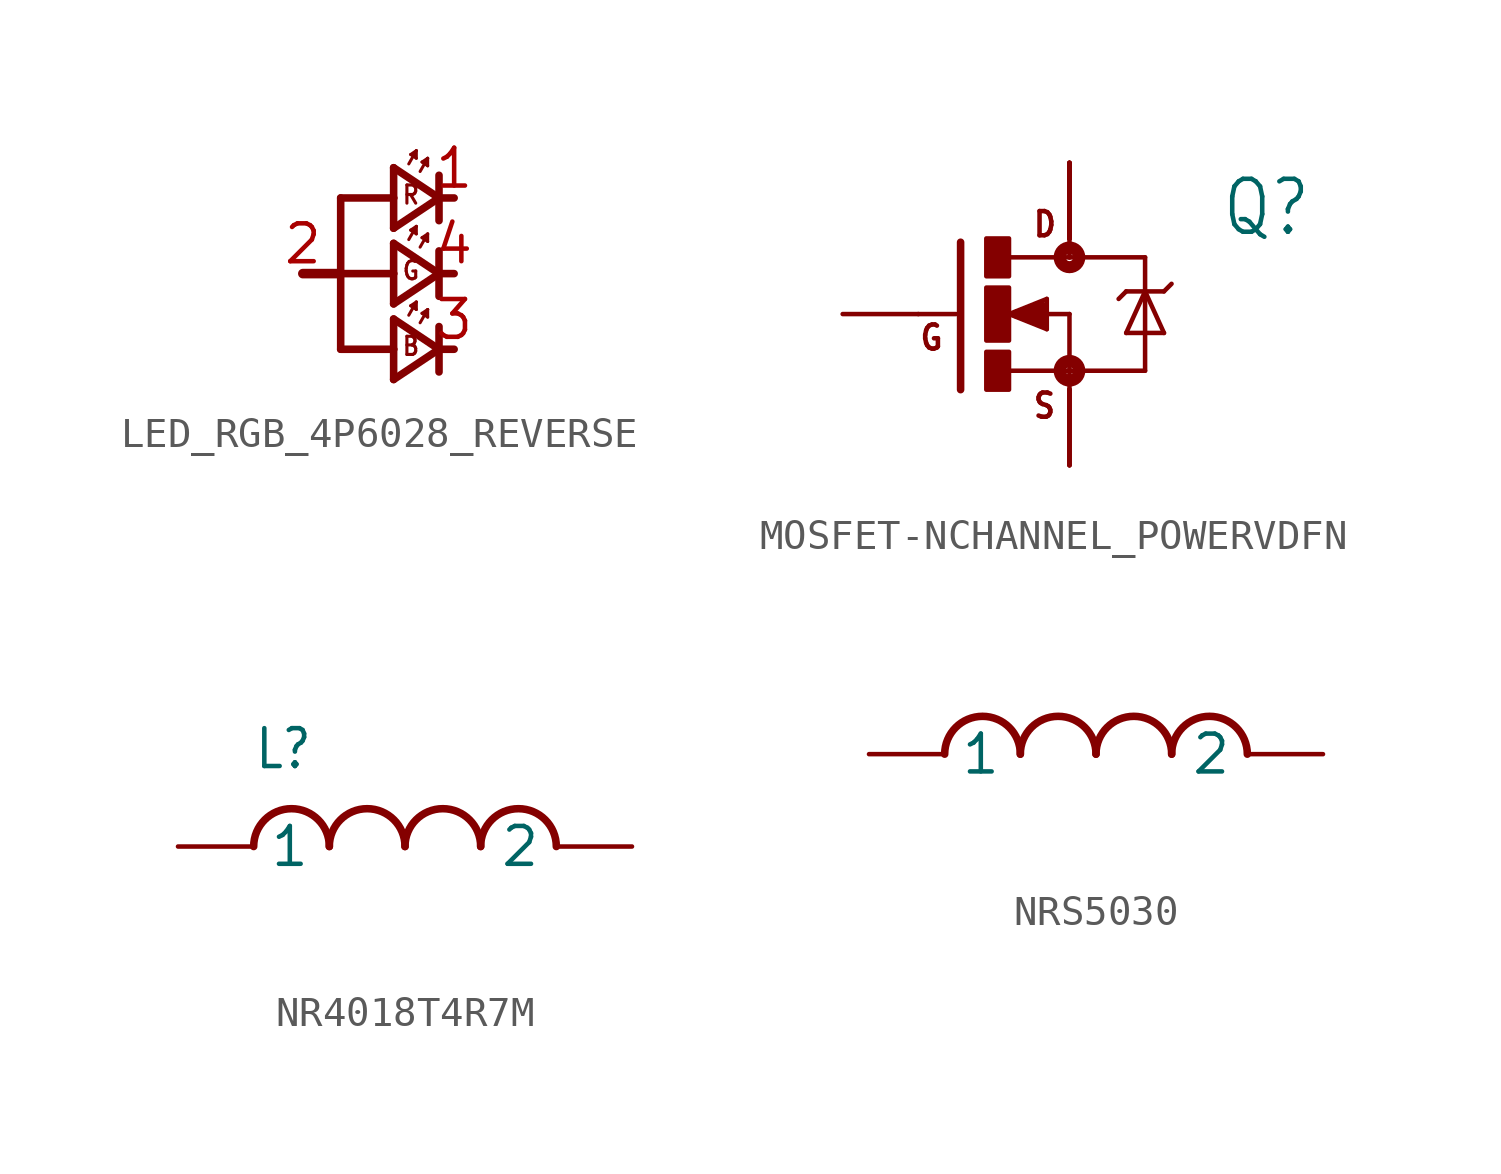
<source format=kicad_sym>
(kicad_symbol_lib
  (version 20220914)
  (generator kicad_symbol_editor)
  (symbol "LED_RGB_4P6028_REVERSE"
    (property "Reference" "RGB"
      (at 0 0 0)
      (effects (font (size 1.27 1.27)) hide))
    (property "ki_locked" ""
      (at 0 0 0)
      (effects (font (size 1.27 1.27))))
    (symbol "LED_RGB_4P6028_REVERSE_1_0"
      (polyline (pts (xy -3.81 -2.54) (xy -3.81 0)) (stroke (width 0.254) (type solid)) (fill (type none)))
      (polyline (pts (xy -3.81 0) (xy -5.08 0)) (stroke (width 0.323) (type solid)) (fill (type none)))
      (polyline (pts (xy -3.81 2.54) (xy -3.81 0)) (stroke (width 0.254) (type solid)) (fill (type none)))
      (polyline (pts (xy -2.032 -3.556) (xy -2.032 -2.54)) (stroke (width 0.254) (type solid)) (fill (type none)))
      (polyline (pts (xy -2.032 -2.54) (xy -3.81 -2.54)) (stroke (width 0.254) (type solid)) (fill (type none)))
      (polyline (pts (xy -2.032 -2.54) (xy -2.032 -1.524)) (stroke (width 0.254) (type solid)) (fill (type none)))
      (polyline (pts (xy -2.032 -1.524) (xy -0.508 -2.54)) (stroke (width 0.254) (type solid)) (fill (type none)))
      (polyline (pts (xy -2.032 -1.016) (xy -2.032 0)) (stroke (width 0.254) (type solid)) (fill (type none)))
      (polyline (pts (xy -2.032 0) (xy -3.81 0)) (stroke (width 0.254) (type solid)) (fill (type none)))
      (polyline (pts (xy -2.032 0) (xy -2.032 1.016)) (stroke (width 0.254) (type solid)) (fill (type none)))
      (polyline (pts (xy -2.032 1.016) (xy -0.508 0)) (stroke (width 0.254) (type solid)) (fill (type none)))
      (polyline (pts (xy -2.032 1.524) (xy -2.032 2.54)) (stroke (width 0.254) (type solid)) (fill (type none)))
      (polyline (pts (xy -2.032 2.54) (xy -3.81 2.54)) (stroke (width 0.254) (type solid)) (fill (type none)))
      (polyline (pts (xy -2.032 2.54) (xy -2.032 3.556)) (stroke (width 0.254) (type solid)) (fill (type none)))
      (polyline (pts (xy -2.032 3.556) (xy -0.508 2.54)) (stroke (width 0.254) (type solid)) (fill (type none)))
      (polyline (pts (xy -1.524 -1.397) (xy -1.27 -0.953)) (stroke (width 0.102) (type solid)) (fill (type none)))
      (polyline (pts (xy -1.524 1.143) (xy -1.27 1.587)) (stroke (width 0.102) (type solid)) (fill (type none)))
      (polyline (pts (xy -1.524 3.683) (xy -1.27 4.128)) (stroke (width 0.102) (type solid)) (fill (type none)))
      (polyline (pts (xy -1.46 -1.079) (xy -1.27 -1.206)) (stroke (width 0.102) (type solid)) (fill (type none)))
      (polyline (pts (xy -1.46 1.46) (xy -1.27 1.333)) (stroke (width 0.102) (type solid)) (fill (type none)))
      (polyline (pts (xy -1.46 4) (xy -1.27 3.873)) (stroke (width 0.102) (type solid)) (fill (type none)))
      (polyline (pts (xy -1.27 -1.206) (xy -1.27 -0.953)) (stroke (width 0.102) (type solid)) (fill (type none)))
      (polyline (pts (xy -1.27 -0.953) (xy -1.46 -1.079)) (stroke (width 0.102) (type solid)) (fill (type none)))
      (polyline (pts (xy -1.27 1.333) (xy -1.27 1.587)) (stroke (width 0.102) (type solid)) (fill (type none)))
      (polyline (pts (xy -1.27 1.587) (xy -1.46 1.46)) (stroke (width 0.102) (type solid)) (fill (type none)))
      (polyline (pts (xy -1.27 3.873) (xy -1.27 4.128)) (stroke (width 0.102) (type solid)) (fill (type none)))
      (polyline (pts (xy -1.27 4.128) (xy -1.46 4)) (stroke (width 0.102) (type solid)) (fill (type none)))
      (polyline (pts (xy -1.143 -1.651) (xy -0.889 -1.206)) (stroke (width 0.102) (type solid)) (fill (type none)))
      (polyline (pts (xy -1.143 0.889) (xy -0.889 1.333)) (stroke (width 0.102) (type solid)) (fill (type none)))
      (polyline (pts (xy -1.143 3.429) (xy -0.889 3.873)) (stroke (width 0.102) (type solid)) (fill (type none)))
      (polyline (pts (xy -1.079 -1.333) (xy -0.889 -1.46)) (stroke (width 0.102) (type solid)) (fill (type none)))
      (polyline (pts (xy -1.079 1.206) (xy -0.889 1.079)) (stroke (width 0.102) (type solid)) (fill (type none)))
      (polyline (pts (xy -1.079 3.747) (xy -0.889 3.619)) (stroke (width 0.102) (type solid)) (fill (type none)))
      (polyline (pts (xy -0.889 -1.46) (xy -0.889 -1.206)) (stroke (width 0.102) (type solid)) (fill (type none)))
      (polyline (pts (xy -0.889 -1.206) (xy -1.079 -1.333)) (stroke (width 0.102) (type solid)) (fill (type none)))
      (polyline (pts (xy -0.889 1.079) (xy -0.889 1.333)) (stroke (width 0.102) (type solid)) (fill (type none)))
      (polyline (pts (xy -0.889 1.333) (xy -1.079 1.206)) (stroke (width 0.102) (type solid)) (fill (type none)))
      (polyline (pts (xy -0.889 3.619) (xy -0.889 3.873)) (stroke (width 0.102) (type solid)) (fill (type none)))
      (polyline (pts (xy -0.889 3.873) (xy -1.079 3.747)) (stroke (width 0.102) (type solid)) (fill (type none)))
      (polyline (pts (xy -0.508 -2.54) (xy -2.032 -3.556)) (stroke (width 0.254) (type solid)) (fill (type none)))
      (polyline (pts (xy -0.508 -2.54) (xy -0.508 -3.302)) (stroke (width 0.254) (type solid)) (fill (type none)))
      (polyline (pts (xy -0.508 -2.54) (xy 0 -2.54)) (stroke (width 0.254) (type solid)) (fill (type none)))
      (polyline (pts (xy -0.508 -1.778) (xy -0.508 -2.54)) (stroke (width 0.254) (type solid)) (fill (type none)))
      (polyline (pts (xy -0.508 0) (xy -2.032 -1.016)) (stroke (width 0.254) (type solid)) (fill (type none)))
      (polyline (pts (xy -0.508 0) (xy -0.508 -0.762)) (stroke (width 0.254) (type solid)) (fill (type none)))
      (polyline (pts (xy -0.508 0) (xy 0 0)) (stroke (width 0.254) (type solid)) (fill (type none)))
      (polyline (pts (xy -0.508 0.762) (xy -0.508 0)) (stroke (width 0.254) (type solid)) (fill (type none)))
      (polyline (pts (xy -0.508 2.54) (xy -2.032 1.524)) (stroke (width 0.254) (type solid)) (fill (type none)))
      (polyline (pts (xy -0.508 2.54) (xy -0.508 1.778)) (stroke (width 0.254) (type solid)) (fill (type none)))
      (polyline (pts (xy -0.508 2.54) (xy 0 2.54)) (stroke (width 0.254) (type solid)) (fill (type none)))
      (polyline (pts (xy -0.508 3.302) (xy -0.508 2.54)) (stroke (width 0.254) (type solid)) (fill (type none)))
      (text "B" (at -1.778 -2.794 0) (effects (font (size 0.61 0.518) (thickness 0.104) bold) (justify left bottom)))
      (text "G" (at -1.778 -0.254 0) (effects (font (size 0.61 0.518) (thickness 0.104) bold) (justify left bottom)))
      (text "R" (at -1.778 2.286 0) (effects (font (size 0.61 0.518) (thickness 0.104) bold) (justify left bottom)))
      (pin bidirectional line (at 0 2.54 180) (length 0) (name "RC" (effects (font (size 0 0)))) (number "1" (effects (font (size 1.27 1.27)))))
      (pin bidirectional line (at -5.08 0 0) (length 0) (name "A" (effects (font (size 0 0)))) (number "2" (effects (font (size 1.27 1.27)))))
      (pin bidirectional line (at 0 -2.54 180) (length 0) (name "BC" (effects (font (size 0 0)))) (number "3" (effects (font (size 1.27 1.27)))))
      (pin bidirectional line (at 0 0 180) (length 0) (name "GC" (effects (font (size 0 0)))) (number "4" (effects (font (size 1.27 1.27)))))))
  (symbol "MOSFET-NCHANNEL_POWERVDFN"
    (property "Reference" "Q"
      (at 5.08 2.54 0)
      (effects (font (size 1.778 1.511)) (justify left bottom)))
    (property "Value" ""
      (at 5.08 0 0)
      (effects (font (size 1.778 1.511)) (justify left bottom)))
    (property "ki_locked" ""
      (at 0 0 0)
      (effects (font (size 1.27 1.27))))
    (symbol "MOSFET-NCHANNEL_POWERVDFN_1_0"
      (rectangle (start -2.794 -2.54) (end -2.032 -1.27) (stroke (width 0) (type default)) (fill (type outline)))
      (rectangle (start -2.794 -0.889) (end -2.032 0.889) (stroke (width 0) (type default)) (fill (type outline)))
      (rectangle (start -2.794 1.27) (end -2.032 2.54) (stroke (width 0) (type default)) (fill (type outline)))
      (circle (center 0 -1.905) (radius 0.127) (stroke (width 0.406) (type solid)) (fill (type none)))
      (polyline (pts (xy -3.81 0) (xy -5.08 0)) (stroke (width 0.152) (type solid)) (fill (type none)))
      (polyline (pts (xy -3.658 2.413) (xy -3.658 -2.54)) (stroke (width 0.254) (type solid)) (fill (type none)))
      (polyline (pts (xy -2.032 -1.905) (xy 0 -1.905)) (stroke (width 0.152) (type solid)) (fill (type none)))
      (polyline (pts (xy -2.032 0) (xy -0.762 -0.508)) (stroke (width 0.152) (type solid)) (fill (type none)))
      (polyline (pts (xy -1.778 0) (xy -0.889 -0.254)) (stroke (width 0.305) (type solid)) (fill (type none)))
      (polyline (pts (xy -0.889 -0.254) (xy -0.889 0)) (stroke (width 0.305) (type solid)) (fill (type none)))
      (polyline (pts (xy -0.889 0) (xy -1.143 0)) (stroke (width 0.305) (type solid)) (fill (type none)))
      (polyline (pts (xy -0.889 0) (xy 0 0)) (stroke (width 0.152) (type solid)) (fill (type none)))
      (polyline (pts (xy -0.889 0.254) (xy -1.778 0)) (stroke (width 0.305) (type solid)) (fill (type none)))
      (polyline (pts (xy -0.762 -0.508) (xy -0.762 0.508)) (stroke (width 0.152) (type solid)) (fill (type none)))
      (polyline (pts (xy -0.762 0.508) (xy -2.032 0)) (stroke (width 0.152) (type solid)) (fill (type none)))
      (polyline (pts (xy 0 -1.905) (xy 0 -2.54)) (stroke (width 0.152) (type solid)) (fill (type none)))
      (polyline (pts (xy 0 0) (xy 0 -1.905)) (stroke (width 0.152) (type solid)) (fill (type none)))
      (polyline (pts (xy 0 1.905) (xy -2.007 1.905)) (stroke (width 0.152) (type solid)) (fill (type none)))
      (polyline (pts (xy 0 1.905) (xy 2.54 1.905)) (stroke (width 0.152) (type solid)) (fill (type none)))
      (polyline (pts (xy 0 2.54) (xy 0 1.905)) (stroke (width 0.152) (type solid)) (fill (type none)))
      (polyline (pts (xy 1.905 -0.635) (xy 3.175 -0.635)) (stroke (width 0.152) (type solid)) (fill (type none)))
      (polyline (pts (xy 1.905 0.762) (xy 1.651 0.508)) (stroke (width 0.152) (type solid)) (fill (type none)))
      (polyline (pts (xy 1.905 0.762) (xy 2.54 0.762)) (stroke (width 0.152) (type solid)) (fill (type none)))
      (polyline (pts (xy 2.54 -1.905) (xy 0 -1.905)) (stroke (width 0.152) (type solid)) (fill (type none)))
      (polyline (pts (xy 2.54 0.762) (xy 1.905 -0.635)) (stroke (width 0.152) (type solid)) (fill (type none)))
      (polyline (pts (xy 2.54 0.762) (xy 2.54 -1.905)) (stroke (width 0.152) (type solid)) (fill (type none)))
      (polyline (pts (xy 2.54 0.762) (xy 3.175 0.762)) (stroke (width 0.152) (type solid)) (fill (type none)))
      (polyline (pts (xy 2.54 1.905) (xy 2.54 0.762)) (stroke (width 0.152) (type solid)) (fill (type none)))
      (polyline (pts (xy 3.175 -0.635) (xy 2.54 0.762)) (stroke (width 0.152) (type solid)) (fill (type none)))
      (polyline (pts (xy 3.175 0.762) (xy 3.429 1.016)) (stroke (width 0.152) (type solid)) (fill (type none)))
      (circle (center 0 1.905) (radius 0.127) (stroke (width 0.406) (type solid)) (fill (type none)))
      (text "D" (at -1.27 2.54 0) (effects (font (size 0.813 0.691)) (justify left bottom)))
      (text "G" (at -5.08 -1.27 0) (effects (font (size 0.813 0.691)) (justify left bottom)))
      (text "S" (at -1.27 -3.556 0) (effects (font (size 0.813 0.691)) (justify left bottom)))
      (pin passive line (at 0 -5.08 90) (length 2.54) (name "S" (effects (font (size 0 0)))) (number "1" (effects (font (size 0 0)))))
      (pin passive line (at 0 -5.08 90) (length 2.54) (name "S" (effects (font (size 0 0)))) (number "2" (effects (font (size 0 0)))))
      (pin passive line (at 0 -5.08 90) (length 2.54) (name "S" (effects (font (size 0 0)))) (number "3" (effects (font (size 0 0)))))
      (pin passive line (at -7.62 0 0) (length 2.54) (name "G" (effects (font (size 0 0)))) (number "4" (effects (font (size 0 0)))))
      (pin passive line (at 0 5.08 270) (length 2.54) (name "D" (effects (font (size 0 0)))) (number "5" (effects (font (size 0 0)))))
      (pin passive line (at 0 5.08 270) (length 2.54) (name "D" (effects (font (size 0 0)))) (number "6" (effects (font (size 0 0)))))
      (pin passive line (at 0 5.08 270) (length 2.54) (name "D" (effects (font (size 0 0)))) (number "7" (effects (font (size 0 0)))))
      (pin passive line (at 0 5.08 270) (length 2.54) (name "D" (effects (font (size 0 0)))) (number "8" (effects (font (size 0 0)))))
      (pin passive line (at 0 5.08 270) (length 2.54) (name "D" (effects (font (size 0 0)))) (number "PAD" (effects (font (size 0 0)))))))
  (symbol "NR4018T4R7M"
    (property "Reference" "L"
      (at -5.08 2.54 0)
      (effects (font (size 1.27 1.079)) (justify left bottom)))
    (property "Value" ""
      (at -5.08 -3.81 0)
      (effects (font (size 1.27 1.079)) (justify left bottom)))
    (property "ki_locked" ""
      (at 0 0 0)
      (effects (font (size 1.27 1.27))))
    (symbol "NR4018T4R7M_1_0"
      (arc (start -2.54 0) (mid -3.81 1.27) (end -5.08 0) (stroke (width 0.254) (type solid)) (fill (type none)))
      (arc (start 0 0) (mid -1.27 1.27) (end -2.54 0) (stroke (width 0.254) (type solid)) (fill (type none)))
      (arc (start 2.54 0) (mid 1.27 1.27) (end 0 0) (stroke (width 0.254) (type solid)) (fill (type none)))
      (arc (start 5.08 0) (mid 3.81 1.27) (end 2.54 0) (stroke (width 0.254) (type solid)) (fill (type none)))
      (pin passive line (at -7.62 0 0) (length 2.54) (name "1" (effects (font (size 1.27 1.27)))) (number "1" (effects (font (size 0 0)))))
      (pin passive line (at 7.62 0 180) (length 2.54) (name "2" (effects (font (size 1.27 1.27)))) (number "2" (effects (font (size 0 0)))))))
  (symbol "NRS5030"
    (property "Reference" ""
      (at -5.08 2.54 0)
      (effects (font (size 1.27 1.079)) (justify left bottom) hide))
    (property "Value" ""
      (at -5.08 -3.81 0)
      (effects (font (size 1.27 1.079)) (justify left bottom)))
    (property "ki_locked" ""
      (at 0 0 0)
      (effects (font (size 1.27 1.27))))
    (symbol "NRS5030_1_0"
      (arc (start -2.54 0) (mid -3.81 1.27) (end -5.08 0) (stroke (width 0.254) (type solid)) (fill (type none)))
      (arc (start 0 0) (mid -1.27 1.27) (end -2.54 0) (stroke (width 0.254) (type solid)) (fill (type none)))
      (arc (start 2.54 0) (mid 1.27 1.27) (end 0 0) (stroke (width 0.254) (type solid)) (fill (type none)))
      (arc (start 5.08 0) (mid 3.81 1.27) (end 2.54 0) (stroke (width 0.254) (type solid)) (fill (type none)))
      (pin passive line (at -7.62 0 0) (length 2.54) (name "1" (effects (font (size 1.27 1.27)))) (number "1" (effects (font (size 0 0)))))
      (pin passive line (at 7.62 0 180) (length 2.54) (name "2" (effects (font (size 1.27 1.27)))) (number "2" (effects (font (size 0 0))))))))
</source>
